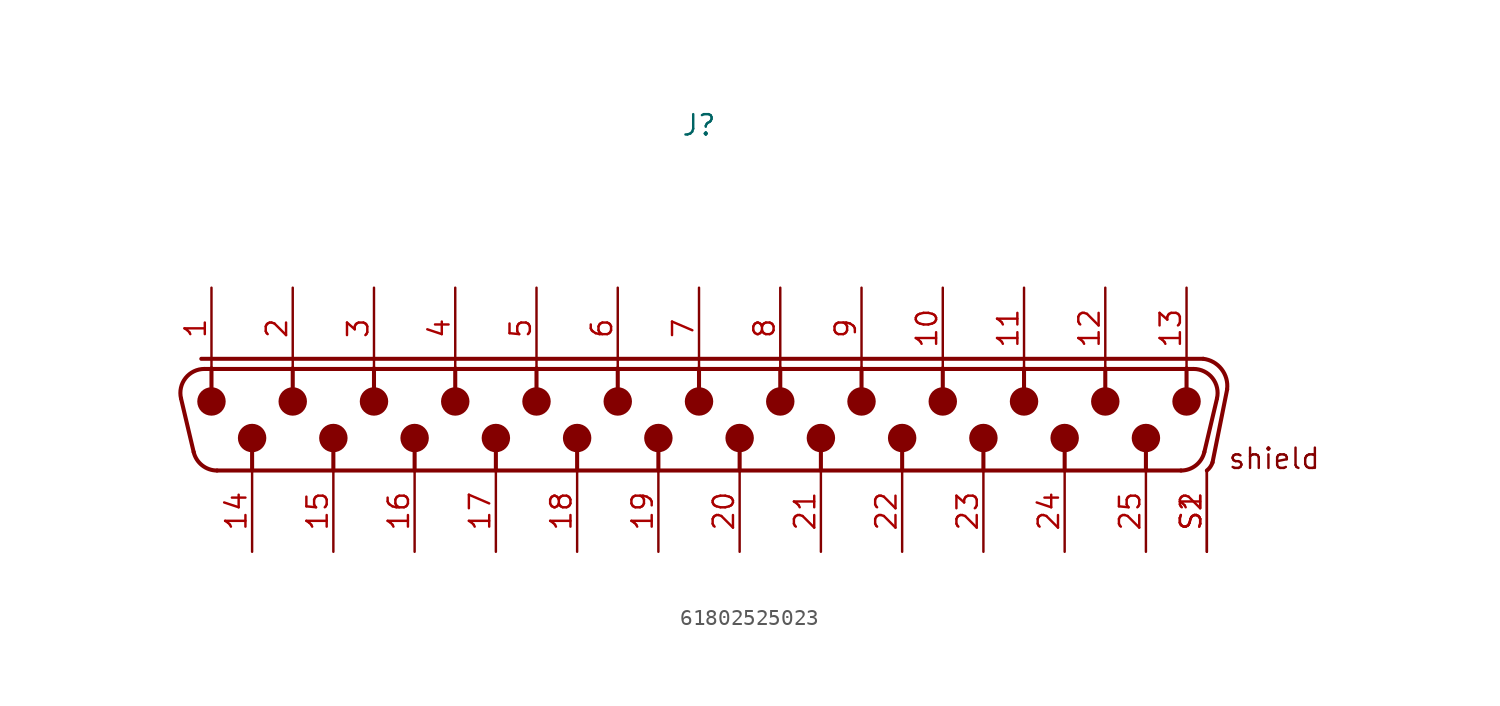
<source format=kicad_sym>
(kicad_symbol_lib
  (version 20241209)
  (generator "kicad_symbol_editor")
  (generator_version "9.0")
  (symbol "61802525023"
    (pin_names
      (hide yes))
    (property "Reference" "J"
      (at 0 17.78 0)
      (effects (font (size 1.27 1.27))))
    (symbol "61802525023_1_0"
      (polyline (pts (xy -31.593 -2.655) (xy -32.384 0.695)) (stroke (width 0.254) (type solid)) (fill (type none)))
      (polyline (pts (xy -31.115 3.175) (xy 31.52 3.175)) (stroke (width 0.254) (type solid)) (fill (type none)))
      (polyline (pts (xy -30.924 2.54) (xy 30.924 2.54)) (stroke (width 0.254) (type solid)) (fill (type none)))
      (arc (start -32.3842 0.695) (mid -32.1007 1.9707) (end -30.9243 2.54) (stroke (width 0.254) (type solid)) (fill (type none)))
      (polyline (pts (xy -30.48 2.58) (xy -30.48 0.4)) (stroke (width 0.254) (type solid)) (fill (type none)))
      (circle (center -30.48 0.508) (radius 0.762) (stroke (width 0.254) (type solid)) (fill (type outline)))
      (arc (start -30.133 -3.81) (mid -31.0638 -3.4862) (end -31.5928 -2.6547) (stroke (width 0.254) (type solid)) (fill (type none)))
      (circle (center -27.94 -1.778) (radius 0.762) (stroke (width 0.254) (type solid)) (fill (type outline)))
      (polyline (pts (xy -27.94 -3.81) (xy -27.94 -1.63)) (stroke (width 0.254) (type solid)) (fill (type none)))
      (polyline (pts (xy -25.4 2.58) (xy -25.4 0.4)) (stroke (width 0.254) (type solid)) (fill (type none)))
      (circle (center -25.4 0.508) (radius 0.762) (stroke (width 0.254) (type solid)) (fill (type outline)))
      (circle (center -22.86 -1.778) (radius 0.762) (stroke (width 0.254) (type solid)) (fill (type outline)))
      (polyline (pts (xy -22.86 -3.81) (xy -22.86 -1.63)) (stroke (width 0.254) (type solid)) (fill (type none)))
      (polyline (pts (xy -20.32 2.58) (xy -20.32 0.4)) (stroke (width 0.254) (type solid)) (fill (type none)))
      (circle (center -20.32 0.508) (radius 0.762) (stroke (width 0.254) (type solid)) (fill (type outline)))
      (circle (center -17.78 -1.778) (radius 0.762) (stroke (width 0.254) (type solid)) (fill (type outline)))
      (polyline (pts (xy -17.78 -3.81) (xy -17.78 -1.63)) (stroke (width 0.254) (type solid)) (fill (type none)))
      (polyline (pts (xy -15.24 2.58) (xy -15.24 0.4)) (stroke (width 0.254) (type solid)) (fill (type none)))
      (circle (center -15.24 0.508) (radius 0.762) (stroke (width 0.254) (type solid)) (fill (type outline)))
      (circle (center -12.7 -1.778) (radius 0.762) (stroke (width 0.254) (type solid)) (fill (type outline)))
      (polyline (pts (xy -12.7 -3.81) (xy -12.7 -1.63)) (stroke (width 0.254) (type solid)) (fill (type none)))
      (polyline (pts (xy -10.16 2.58) (xy -10.16 0.4)) (stroke (width 0.254) (type solid)) (fill (type none)))
      (circle (center -10.16 0.508) (radius 0.762) (stroke (width 0.254) (type solid)) (fill (type outline)))
      (circle (center -7.62 -1.778) (radius 0.762) (stroke (width 0.254) (type solid)) (fill (type outline)))
      (polyline (pts (xy -7.62 -3.81) (xy -7.62 -1.63)) (stroke (width 0.254) (type solid)) (fill (type none)))
      (polyline (pts (xy -5.08 2.58) (xy -5.08 0.4)) (stroke (width 0.254) (type solid)) (fill (type none)))
      (circle (center -5.08 0.508) (radius 0.762) (stroke (width 0.254) (type solid)) (fill (type outline)))
      (circle (center -2.54 -1.778) (radius 0.762) (stroke (width 0.254) (type solid)) (fill (type outline)))
      (polyline (pts (xy -2.54 -3.81) (xy -2.54 -1.63)) (stroke (width 0.254) (type solid)) (fill (type none)))
      (polyline (pts (xy 0 2.58) (xy 0 0.4)) (stroke (width 0.254) (type solid)) (fill (type none)))
      (circle (center 0 0.508) (radius 0.762) (stroke (width 0.254) (type solid)) (fill (type outline)))
      (circle (center 2.54 -1.778) (radius 0.762) (stroke (width 0.254) (type solid)) (fill (type outline)))
      (polyline (pts (xy 2.54 -3.81) (xy 2.54 -1.63)) (stroke (width 0.254) (type solid)) (fill (type none)))
      (polyline (pts (xy 5.08 2.58) (xy 5.08 0.4)) (stroke (width 0.254) (type solid)) (fill (type none)))
      (circle (center 5.08 0.508) (radius 0.762) (stroke (width 0.254) (type solid)) (fill (type outline)))
      (circle (center 7.62 -1.778) (radius 0.762) (stroke (width 0.254) (type solid)) (fill (type outline)))
      (polyline (pts (xy 7.62 -3.81) (xy 7.62 -1.63)) (stroke (width 0.254) (type solid)) (fill (type none)))
      (polyline (pts (xy 10.16 2.58) (xy 10.16 0.4)) (stroke (width 0.254) (type solid)) (fill (type none)))
      (circle (center 10.16 0.508) (radius 0.762) (stroke (width 0.254) (type solid)) (fill (type outline)))
      (circle (center 12.7 -1.778) (radius 0.762) (stroke (width 0.254) (type solid)) (fill (type outline)))
      (polyline (pts (xy 12.7 -3.81) (xy 12.7 -1.63)) (stroke (width 0.254) (type solid)) (fill (type none)))
      (polyline (pts (xy 15.24 2.58) (xy 15.24 0.4)) (stroke (width 0.254) (type solid)) (fill (type none)))
      (circle (center 15.24 0.508) (radius 0.762) (stroke (width 0.254) (type solid)) (fill (type outline)))
      (circle (center 17.78 -1.778) (radius 0.762) (stroke (width 0.254) (type solid)) (fill (type outline)))
      (polyline (pts (xy 17.78 -3.81) (xy 17.78 -1.63)) (stroke (width 0.254) (type solid)) (fill (type none)))
      (polyline (pts (xy 20.32 2.58) (xy 20.32 0.4)) (stroke (width 0.254) (type solid)) (fill (type none)))
      (circle (center 20.32 0.508) (radius 0.762) (stroke (width 0.254) (type solid)) (fill (type outline)))
      (circle (center 22.86 -1.778) (radius 0.762) (stroke (width 0.254) (type solid)) (fill (type outline)))
      (polyline (pts (xy 22.86 -3.81) (xy 22.86 -1.63)) (stroke (width 0.254) (type solid)) (fill (type none)))
      (polyline (pts (xy 25.4 2.58) (xy 25.4 0.4)) (stroke (width 0.254) (type solid)) (fill (type none)))
      (circle (center 25.4 0.508) (radius 0.762) (stroke (width 0.254) (type solid)) (fill (type outline)))
      (circle (center 27.94 -1.778) (radius 0.762) (stroke (width 0.254) (type solid)) (fill (type outline)))
      (polyline (pts (xy 27.94 -3.81) (xy 27.94 -1.63)) (stroke (width 0.254) (type solid)) (fill (type none)))
      (arc (start 31.5928 -2.6548) (mid 31.0637 -3.4863) (end 30.1329 -3.81) (stroke (width 0.254) (type solid)) (fill (type none)))
      (polyline (pts (xy 30.133 -3.81) (xy -30.133 -3.81)) (stroke (width 0.254) (type solid)) (fill (type none)))
      (polyline (pts (xy 30.48 2.58) (xy 30.48 0.4)) (stroke (width 0.254) (type solid)) (fill (type none)))
      (circle (center 30.48 0.508) (radius 0.762) (stroke (width 0.254) (type solid)) (fill (type outline)))
      (arc (start 30.9243 2.54) (mid 32.1007 1.9707) (end 32.3842 0.695) (stroke (width 0.254) (type solid)) (fill (type none)))
      (arc (start 32.1039 -3.3037) (mid 31.9648 -3.5833) (end 31.75 -3.81) (stroke (width 0.254) (type solid)) (fill (type none)))
      (arc (start 31.52 3.175) (mid 32.6664 2.5346) (end 33.02 1.27) (stroke (width 0.254) (type solid)) (fill (type none)))
      (polyline (pts (xy 32.104 -3.304) (xy 33.02 1.27)) (stroke (width 0.254) (type solid)) (fill (type none)))
      (polyline (pts (xy 32.384 0.695) (xy 31.593 -2.655)) (stroke (width 0.254) (type solid)) (fill (type none)))
      (pin passive line (at -30.48 7.62 270) (length 5.08) (name "1" (effects (font (size 1.27 1.27)))) (number "1" (effects (font (size 1.27 1.27)))))
      (pin passive line (at -27.94 -8.89 90) (length 5.08) (name "14" (effects (font (size 1.27 1.27)))) (number "14" (effects (font (size 1.27 1.27)))))
      (pin passive line (at -25.4 7.62 270) (length 5.08) (name "2" (effects (font (size 1.27 1.27)))) (number "2" (effects (font (size 1.27 1.27)))))
      (pin passive line (at -22.86 -8.89 90) (length 5.08) (name "15" (effects (font (size 1.27 1.27)))) (number "15" (effects (font (size 1.27 1.27)))))
      (pin passive line (at -20.32 7.62 270) (length 5.08) (name "3" (effects (font (size 1.27 1.27)))) (number "3" (effects (font (size 1.27 1.27)))))
      (pin passive line (at -17.78 -8.89 90) (length 5.08) (name "16" (effects (font (size 1.27 1.27)))) (number "16" (effects (font (size 1.27 1.27)))))
      (pin passive line (at -15.24 7.62 270) (length 5.08) (name "4" (effects (font (size 1.27 1.27)))) (number "4" (effects (font (size 1.27 1.27)))))
      (pin passive line (at -12.7 -8.89 90) (length 5.08) (name "17" (effects (font (size 1.27 1.27)))) (number "17" (effects (font (size 1.27 1.27)))))
      (pin passive line (at -10.16 7.62 270) (length 5.08) (name "5" (effects (font (size 1.27 1.27)))) (number "5" (effects (font (size 1.27 1.27)))))
      (pin passive line (at -7.62 -8.89 90) (length 5.08) (name "18" (effects (font (size 1.27 1.27)))) (number "18" (effects (font (size 1.27 1.27)))))
      (pin passive line (at -5.08 7.62 270) (length 5.08) (name "6" (effects (font (size 1.27 1.27)))) (number "6" (effects (font (size 1.27 1.27)))))
      (pin passive line (at -2.54 -8.89 90) (length 5.08) (name "19" (effects (font (size 1.27 1.27)))) (number "19" (effects (font (size 1.27 1.27)))))
      (pin passive line (at 0 7.62 270) (length 5.08) (name "7" (effects (font (size 1.27 1.27)))) (number "7" (effects (font (size 1.27 1.27)))))
      (pin passive line (at 2.54 -8.89 90) (length 5.08) (name "20" (effects (font (size 1.27 1.27)))) (number "20" (effects (font (size 1.27 1.27)))))
      (pin passive line (at 5.08 7.62 270) (length 5.08) (name "8" (effects (font (size 1.27 1.27)))) (number "8" (effects (font (size 1.27 1.27)))))
      (pin passive line (at 7.62 -8.89 90) (length 5.08) (name "21" (effects (font (size 1.27 1.27)))) (number "21" (effects (font (size 1.27 1.27)))))
      (pin passive line (at 10.16 7.62 270) (length 5.08) (name "9" (effects (font (size 1.27 1.27)))) (number "9" (effects (font (size 1.27 1.27)))))
      (pin passive line (at 12.7 -8.89 90) (length 5.08) (name "22" (effects (font (size 1.27 1.27)))) (number "22" (effects (font (size 1.27 1.27)))))
      (pin passive line (at 15.24 7.62 270) (length 5.08) (name "10" (effects (font (size 1.27 1.27)))) (number "10" (effects (font (size 1.27 1.27)))))
      (pin passive line (at 17.78 -8.89 90) (length 5.08) (name "23" (effects (font (size 1.27 1.27)))) (number "23" (effects (font (size 1.27 1.27)))))
      (pin passive line (at 20.32 7.62 270) (length 5.08) (name "11" (effects (font (size 1.27 1.27)))) (number "11" (effects (font (size 1.27 1.27)))))
      (pin passive line (at 22.86 -8.89 90) (length 5.08) (name "24" (effects (font (size 1.27 1.27)))) (number "24" (effects (font (size 1.27 1.27)))))
      (pin passive line (at 25.4 7.62 270) (length 5.08) (name "12" (effects (font (size 1.27 1.27)))) (number "12" (effects (font (size 1.27 1.27)))))
      (pin passive line (at 27.94 -8.89 90) (length 5.08) (name "25" (effects (font (size 1.27 1.27)))) (number "25" (effects (font (size 1.27 1.27)))))
      (pin passive line (at 30.48 7.62 270) (length 5.08) (name "13" (effects (font (size 1.27 1.27)))) (number "13" (effects (font (size 1.27 1.27)))))
      (pin passive line (at 31.75 -8.89 90) (length 5.08) (name "SHIELD" (effects (font (size 1.27 1.27)))) (number "S1" (effects (font (size 1.27 1.27)))))
      (pin passive line (at 31.75 -8.89 90) (length 5.08) (name "SHIELD" (effects (font (size 1.27 1.27)))) (number "S2" (effects (font (size 1.27 1.27))))))
    (symbol "61802525023_1_1"
      (text "shield" (at 33.02 -3.81 0) (effects (font (size 1.27 1.27)) (justify left bottom))))))
</source>
